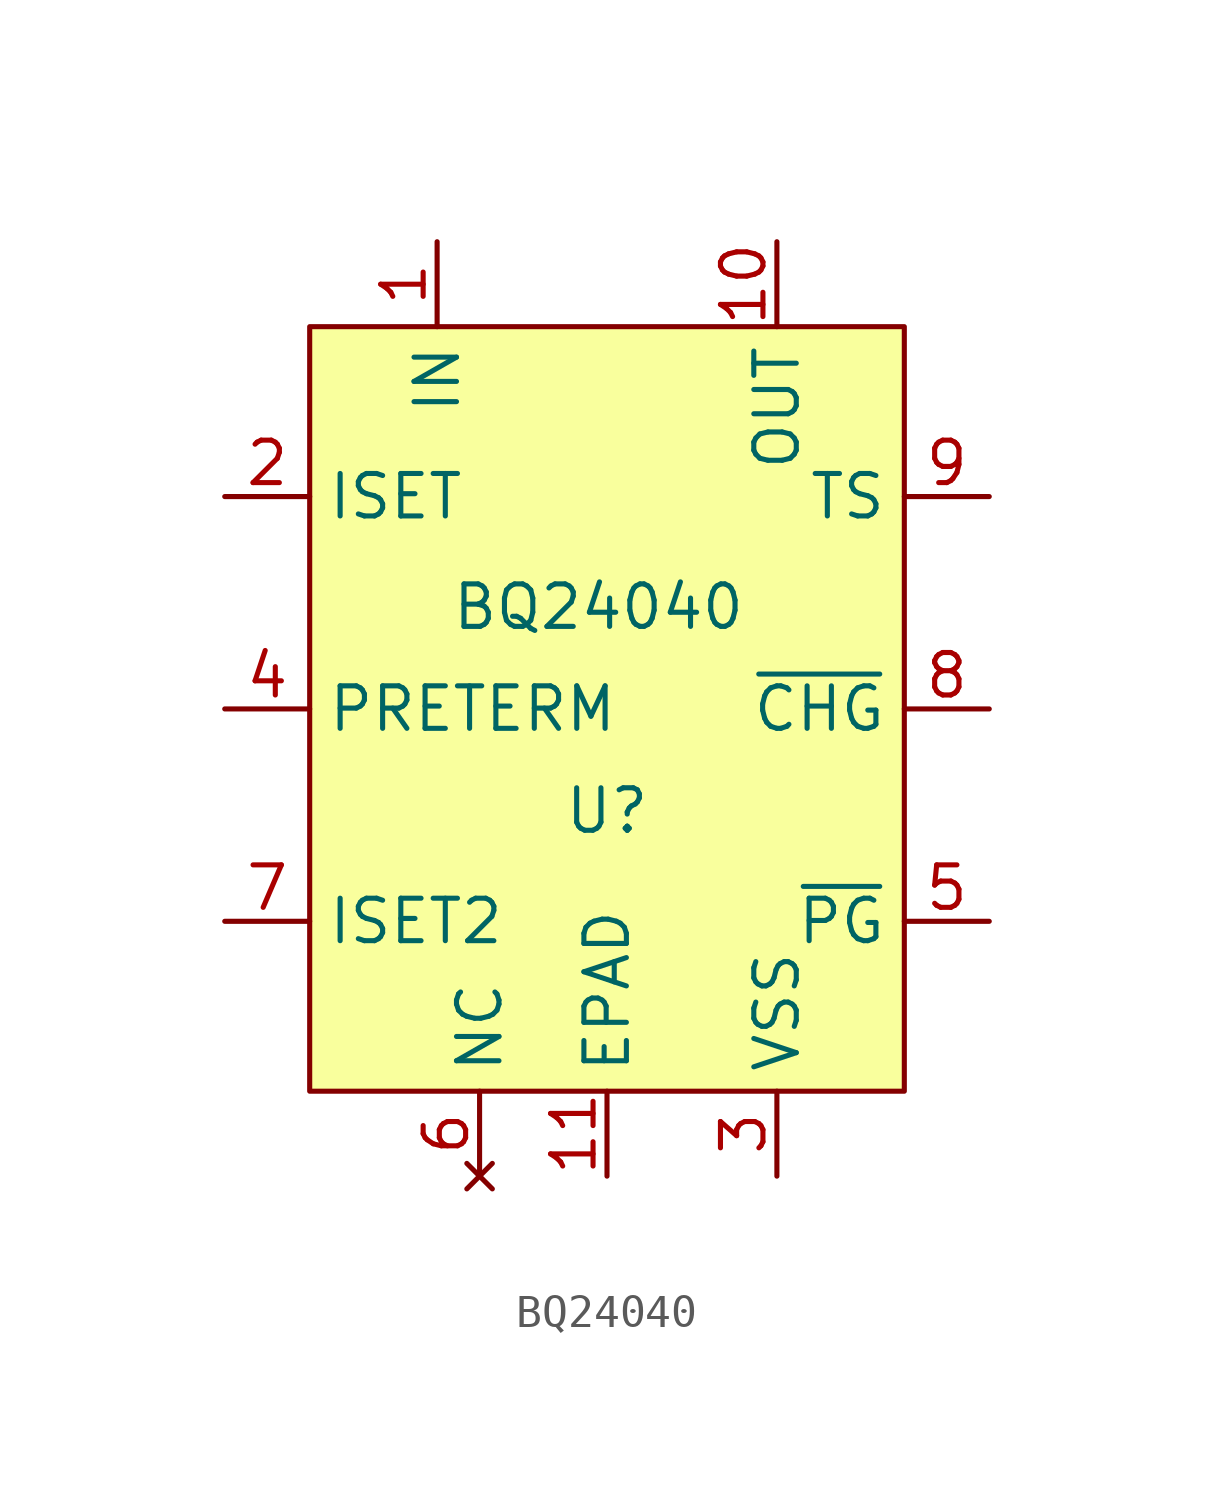
<source format=kicad_sym>
(kicad_symbol_lib
  (version 20241209)
  (generator "kicad_symbol_editor")
  (generator_version "9.0")
  (symbol "BQ24040"
    (property "Reference" "U"
      (at 0 -3.048 0)
      (effects (font (size 1.27 1.27))))
    (property "Value" "BQ24040"
      (at -0.254 3.048 0)
      (effects (font (size 1.27 1.27))))
    (symbol "BQ24040_1_1"
      (rectangle (start -8.89 11.43) (end 8.89 -11.43) (stroke (width 0) (type solid)) (fill (type color) (color 249 255 157 1)))
      (pin input line (at -11.43 6.35 0) (length 2.54) (name "ISET" (effects (font (size 1.27 1.27)))) (number "2" (effects (font (size 1.27 1.27)))))
      (pin input line (at -11.43 0 0) (length 2.54) (name "PRETERM" (effects (font (size 1.27 1.27)))) (number "4" (effects (font (size 1.27 1.27)))))
      (pin input line (at -11.43 -6.35 0) (length 2.54) (name "ISET2" (effects (font (size 1.27 1.27)))) (number "7" (effects (font (size 1.27 1.27)))))
      (pin power_in line (at -5.08 13.97 270) (length 2.54) (name "IN" (effects (font (size 1.27 1.27)))) (number "1" (effects (font (size 1.27 1.27)))))
      (pin no_connect line (at -3.81 -13.97 90) (length 2.54) (name "NC" (effects (font (size 1.27 1.27)))) (number "6" (effects (font (size 1.27 1.27)))))
      (pin power_out line (at 0 -13.97 90) (length 2.54) (name "EPAD" (effects (font (size 1.27 1.27)))) (number "11" (effects (font (size 1.27 1.27)))))
      (pin output line (at 5.08 13.97 270) (length 2.54) (name "OUT" (effects (font (size 1.27 1.27)))) (number "10" (effects (font (size 1.27 1.27)))))
      (pin power_out line (at 5.08 -13.97 90) (length 2.54) (name "VSS" (effects (font (size 1.27 1.27)))) (number "3" (effects (font (size 1.27 1.27)))))
      (pin input line (at 11.43 6.35 180) (length 2.54) (name "TS" (effects (font (size 1.27 1.27)))) (number "9" (effects (font (size 1.27 1.27)))))
      (pin open_collector line (at 11.43 0 180) (length 2.54) (name "~{CHG}" (effects (font (size 1.27 1.27)))) (number "8" (effects (font (size 1.27 1.27)))))
      (pin open_collector line (at 11.43 -6.35 180) (length 2.54) (name "~{PG}" (effects (font (size 1.27 1.27)))) (number "5" (effects (font (size 1.27 1.27))))))))
</source>
